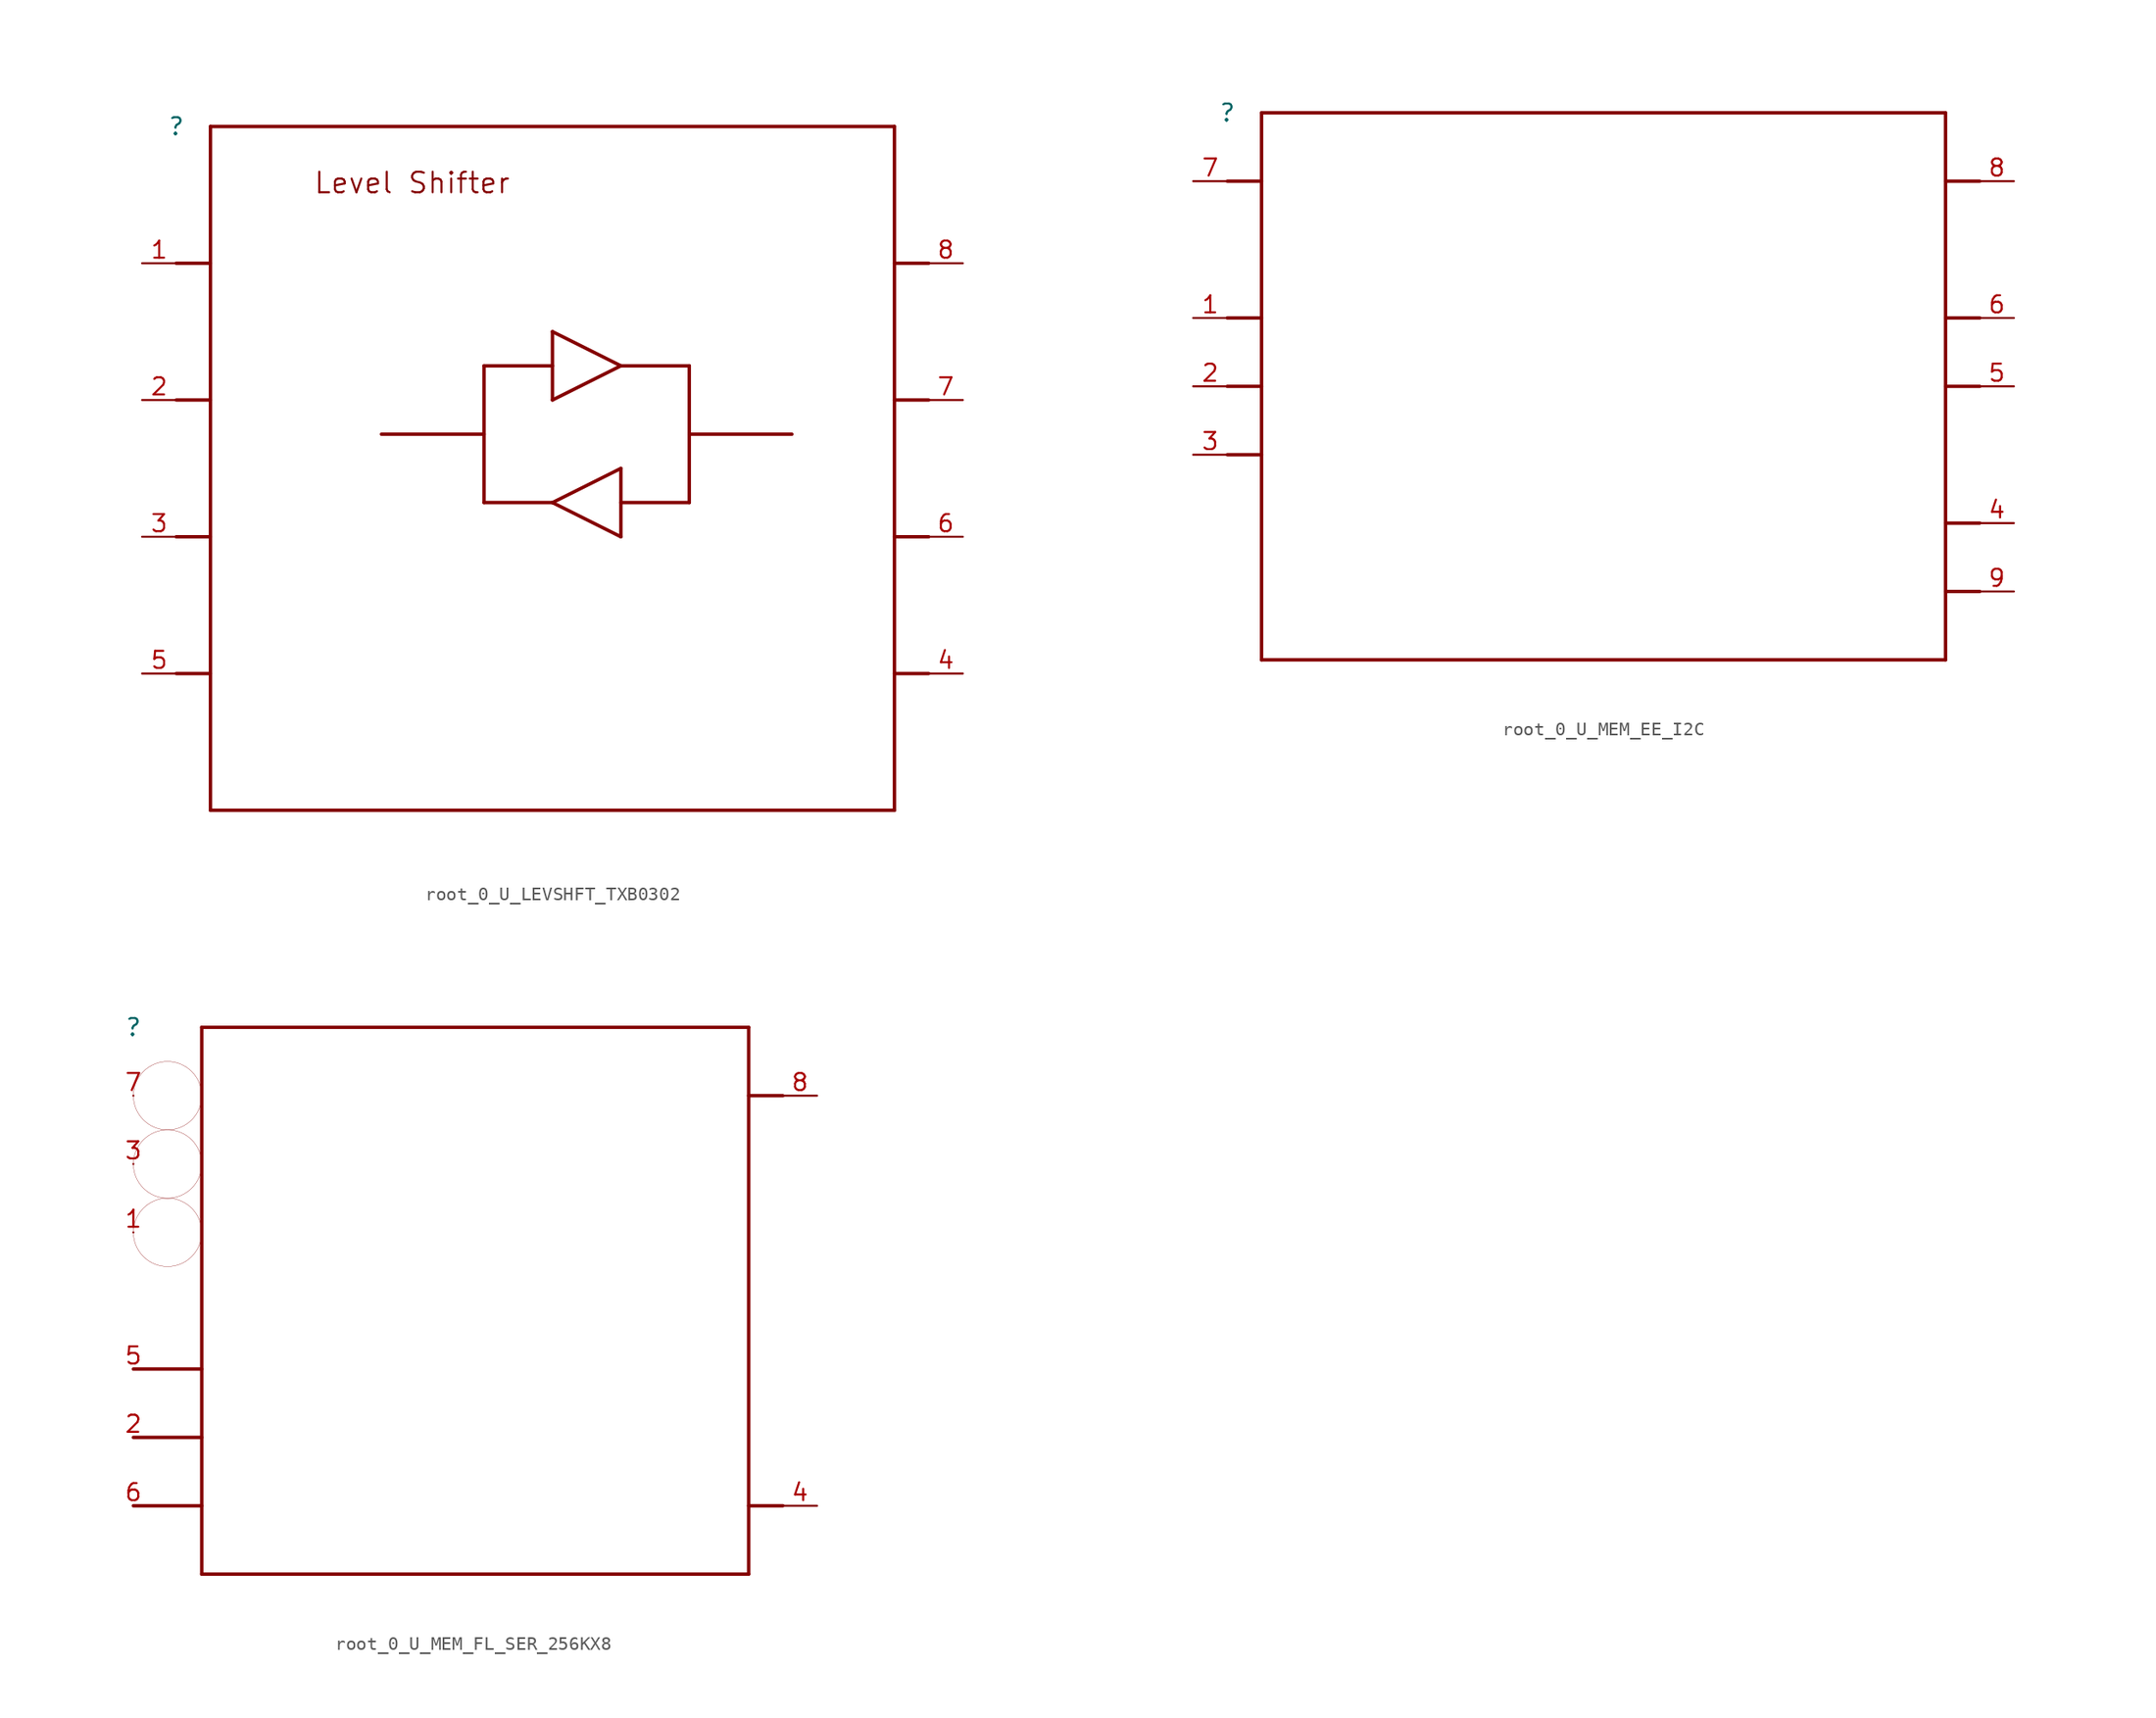
<source format=kicad_sym>
(kicad_symbol_lib
  (version 20220914)
  (generator kicad_symbol_editor)
  (symbol "root_0_U_LEVSHFT_TXB0302"
    (property "Reference" ""
      (at 0 0 0)
      (effects (font (size 1.27 1.27))))
    (property "Value" ""
      (at 0 0 0)
      (effects (font (size 1.27 1.27))))
    (symbol "root_0_U_LEVSHFT_TXB0302_1_0"
      (polyline (pts (xy 0 -40.64) (xy 2.54 -40.64)) (stroke (width 0.254) (type solid)) (fill (type none)))
      (polyline (pts (xy 0 -30.48) (xy 2.54 -30.48)) (stroke (width 0.254) (type solid)) (fill (type none)))
      (polyline (pts (xy 0 -20.32) (xy 2.54 -20.32)) (stroke (width 0.254) (type solid)) (fill (type none)))
      (polyline (pts (xy 0 -10.16) (xy 2.54 -10.16)) (stroke (width 0.254) (type solid)) (fill (type none)))
      (polyline (pts (xy 2.54 -50.8) (xy 53.34 -50.8)) (stroke (width 0.254) (type solid)) (fill (type none)))
      (polyline (pts (xy 2.54 0) (xy 2.54 -50.8)) (stroke (width 0.254) (type solid)) (fill (type none)))
      (polyline (pts (xy 22.86 -27.94) (xy 27.94 -27.94)) (stroke (width 0.254) (type solid)) (fill (type none)))
      (polyline (pts (xy 22.86 -22.86) (xy 15.24 -22.86)) (stroke (width 0.254) (type solid)) (fill (type none)))
      (polyline (pts (xy 22.86 -17.78) (xy 22.86 -27.94)) (stroke (width 0.254) (type solid)) (fill (type none)))
      (polyline (pts (xy 22.86 -17.78) (xy 27.94 -17.78)) (stroke (width 0.254) (type solid)) (fill (type none)))
      (polyline (pts (xy 27.94 -27.94) (xy 33.02 -30.48)) (stroke (width 0.254) (type solid)) (fill (type none)))
      (polyline (pts (xy 27.94 -20.32) (xy 27.94 -15.24)) (stroke (width 0.254) (type solid)) (fill (type none)))
      (polyline (pts (xy 27.94 -20.32) (xy 33.02 -17.78)) (stroke (width 0.254) (type solid)) (fill (type none)))
      (polyline (pts (xy 33.02 -27.94) (xy 38.1 -27.94)) (stroke (width 0.254) (type solid)) (fill (type none)))
      (polyline (pts (xy 33.02 -25.4) (xy 27.94 -27.94)) (stroke (width 0.254) (type solid)) (fill (type none)))
      (polyline (pts (xy 33.02 -25.4) (xy 33.02 -30.48)) (stroke (width 0.254) (type solid)) (fill (type none)))
      (polyline (pts (xy 33.02 -17.78) (xy 27.94 -15.24)) (stroke (width 0.254) (type solid)) (fill (type none)))
      (polyline (pts (xy 38.1 -22.86) (xy 45.72 -22.86)) (stroke (width 0.254) (type solid)) (fill (type none)))
      (polyline (pts (xy 38.1 -17.78) (xy 33.02 -17.78)) (stroke (width 0.254) (type solid)) (fill (type none)))
      (polyline (pts (xy 38.1 -17.78) (xy 38.1 -27.94)) (stroke (width 0.254) (type solid)) (fill (type none)))
      (polyline (pts (xy 53.34 -40.64) (xy 55.88 -40.64)) (stroke (width 0.254) (type solid)) (fill (type none)))
      (polyline (pts (xy 53.34 -30.48) (xy 55.88 -30.48)) (stroke (width 0.254) (type solid)) (fill (type none)))
      (polyline (pts (xy 53.34 -20.32) (xy 55.88 -20.32)) (stroke (width 0.254) (type solid)) (fill (type none)))
      (polyline (pts (xy 53.34 -10.16) (xy 55.88 -10.16)) (stroke (width 0.254) (type solid)) (fill (type none)))
      (polyline (pts (xy 53.34 0) (xy 2.54 0)) (stroke (width 0.254) (type solid)) (fill (type none)))
      (polyline (pts (xy 53.34 0) (xy 53.34 -50.8)) (stroke (width 0.254) (type solid)) (fill (type none)))
      (text "Level Shifter" (at 10.16 -5.08 0) (effects (font (size 1.524 1.524)) (justify left bottom)))
      (pin power_in line (at -2.54 -10.16 0) (length 2.54) (name "VCCA" (effects (font (size 0 0)))) (number "1" (effects (font (size 1.27 1.27)))))
      (pin bidirectional line (at -2.54 -20.32 0) (length 2.54) (name "A1" (effects (font (size 0 0)))) (number "2" (effects (font (size 1.27 1.27)))))
      (pin bidirectional line (at -2.54 -30.48 0) (length 2.54) (name "A2" (effects (font (size 0 0)))) (number "3" (effects (font (size 1.27 1.27)))))
      (pin input line (at 58.42 -40.64 180) (length 2.54) (name "GND" (effects (font (size 0 0)))) (number "4" (effects (font (size 1.27 1.27)))))
      (pin bidirectional line (at -2.54 -40.64 0) (length 2.54) (name "OE" (effects (font (size 0 0)))) (number "5" (effects (font (size 1.27 1.27)))))
      (pin bidirectional line (at 58.42 -30.48 180) (length 2.54) (name "B2" (effects (font (size 0 0)))) (number "6" (effects (font (size 1.27 1.27)))))
      (pin bidirectional line (at 58.42 -20.32 180) (length 2.54) (name "B1" (effects (font (size 0 0)))) (number "7" (effects (font (size 1.27 1.27)))))
      (pin power_in line (at 58.42 -10.16 180) (length 2.54) (name "VCCB" (effects (font (size 0 0)))) (number "8" (effects (font (size 1.27 1.27)))))))
  (symbol "root_0_U_MEM_EE_I2C"
    (property "Reference" ""
      (at 0 0 0)
      (effects (font (size 1.27 1.27))))
    (property "Value" ""
      (at 0 0 0)
      (effects (font (size 1.27 1.27))))
    (symbol "root_0_U_MEM_EE_I2C_1_0"
      (polyline (pts (xy 0 -25.4) (xy 2.54 -25.4)) (stroke (width 0.254) (type solid)) (fill (type none)))
      (polyline (pts (xy 0 -20.32) (xy 2.54 -20.32)) (stroke (width 0.254) (type solid)) (fill (type none)))
      (polyline (pts (xy 0 -15.24) (xy 2.54 -15.24)) (stroke (width 0.254) (type solid)) (fill (type none)))
      (polyline (pts (xy 0 -5.08) (xy 2.54 -5.08)) (stroke (width 0.254) (type solid)) (fill (type none)))
      (polyline (pts (xy 2.54 -40.64) (xy 2.54 0)) (stroke (width 0.254) (type solid)) (fill (type none)))
      (polyline (pts (xy 2.54 0) (xy 53.34 0)) (stroke (width 0.254) (type solid)) (fill (type none)))
      (polyline (pts (xy 53.34 -40.64) (xy 2.54 -40.64)) (stroke (width 0.254) (type solid)) (fill (type none)))
      (polyline (pts (xy 53.34 -35.56) (xy 55.88 -35.56)) (stroke (width 0.254) (type solid)) (fill (type none)))
      (polyline (pts (xy 53.34 -30.48) (xy 55.88 -30.48)) (stroke (width 0.254) (type solid)) (fill (type none)))
      (polyline (pts (xy 53.34 -20.32) (xy 55.88 -20.32)) (stroke (width 0.254) (type solid)) (fill (type none)))
      (polyline (pts (xy 53.34 -15.24) (xy 55.88 -15.24)) (stroke (width 0.254) (type solid)) (fill (type none)))
      (polyline (pts (xy 53.34 -5.08) (xy 55.88 -5.08)) (stroke (width 0.254) (type solid)) (fill (type none)))
      (polyline (pts (xy 53.34 0) (xy 53.34 -40.64)) (stroke (width 0.254) (type solid)) (fill (type none)))
      (pin input line (at -2.54 -15.24 0) (length 2.54) (name "A0" (effects (font (size 0 0)))) (number "1" (effects (font (size 1.27 1.27)))))
      (pin input line (at -2.54 -20.32 0) (length 2.54) (name "A1" (effects (font (size 0 0)))) (number "2" (effects (font (size 1.27 1.27)))))
      (pin input line (at -2.54 -25.4 0) (length 2.54) (name "A2" (effects (font (size 0 0)))) (number "3" (effects (font (size 1.27 1.27)))))
      (pin input line (at 58.42 -30.48 180) (length 2.54) (name "GND" (effects (font (size 0 0)))) (number "4" (effects (font (size 1.27 1.27)))))
      (pin bidirectional line (at 58.42 -20.32 180) (length 2.54) (name "SDA" (effects (font (size 0 0)))) (number "5" (effects (font (size 1.27 1.27)))))
      (pin input line (at 58.42 -15.24 180) (length 2.54) (name "SCL" (effects (font (size 0 0)))) (number "6" (effects (font (size 1.27 1.27)))))
      (pin input line (at -2.54 -5.08 0) (length 2.54) (name "WP" (effects (font (size 0 0)))) (number "7" (effects (font (size 1.27 1.27)))))
      (pin power_in line (at 58.42 -5.08 180) (length 2.54) (name "VCC" (effects (font (size 0 0)))) (number "8" (effects (font (size 1.27 1.27)))))
      (pin input line (at 58.42 -35.56 180) (length 2.54) (name "TP" (effects (font (size 0 0)))) (number "9" (effects (font (size 1.27 1.27)))))))
  (symbol "root_0_U_MEM_FL_SER_256KX8"
    (property "Reference" ""
      (at 0 0 0)
      (effects (font (size 1.27 1.27))))
    (property "Value" ""
      (at 0 0 0)
      (effects (font (size 1.27 1.27))))
    (symbol "root_0_U_MEM_FL_SER_256KX8_1_0"
      (polyline (pts (xy 0 -35.56) (xy 5.08 -35.56)) (stroke (width 0.254) (type solid)) (fill (type none)))
      (polyline (pts (xy 0 -30.48) (xy 5.08 -30.48)) (stroke (width 0.254) (type solid)) (fill (type none)))
      (polyline (pts (xy 0 -25.4) (xy 5.08 -25.4)) (stroke (width 0.254) (type solid)) (fill (type none)))
      (polyline (pts (xy 5.08 -40.64) (xy 5.08 0)) (stroke (width 0.254) (type solid)) (fill (type none)))
      (polyline (pts (xy 5.08 -40.64) (xy 45.72 -40.64)) (stroke (width 0.254) (type solid)) (fill (type none)))
      (polyline (pts (xy 45.72 -40.64) (xy 45.72 0)) (stroke (width 0.254) (type solid)) (fill (type none)))
      (polyline (pts (xy 45.72 -35.56) (xy 48.26 -35.56)) (stroke (width 0.254) (type solid)) (fill (type none)))
      (polyline (pts (xy 45.72 -5.08) (xy 48.26 -5.08)) (stroke (width 0.254) (type solid)) (fill (type none)))
      (polyline (pts (xy 45.72 0) (xy 5.08 0)) (stroke (width 0.254) (type solid)) (fill (type none)))
      (circle (center 2.54 -15.24) (radius 2.54) (stroke (width 0.0001) (type solid)) (fill (type none)))
      (circle (center 2.54 -10.16) (radius 2.54) (stroke (width 0.0001) (type solid)) (fill (type none)))
      (circle (center 2.54 -5.08) (radius 2.54) (stroke (width 0.0001) (type solid)) (fill (type none)))
      (pin input line (at 0 -15.24 180) (length 0) (name "CS*" (effects (font (size 0 0)))) (number "1" (effects (font (size 1.27 1.27)))))
      (pin output line (at 0 -30.48 180) (length 0) (name "SO" (effects (font (size 0 0)))) (number "2" (effects (font (size 1.27 1.27)))))
      (pin input line (at 0 -10.16 180) (length 0) (name "WP*" (effects (font (size 0 0)))) (number "3" (effects (font (size 1.27 1.27)))))
      (pin power_in line (at 50.8 -35.56 180) (length 2.54) (name "GND" (effects (font (size 0 0)))) (number "4" (effects (font (size 1.27 1.27)))))
      (pin input line (at 0 -25.4 180) (length 0) (name "SI" (effects (font (size 0 0)))) (number "5" (effects (font (size 1.27 1.27)))))
      (pin input line (at 0 -35.56 180) (length 0) (name "SCK" (effects (font (size 0 0)))) (number "6" (effects (font (size 1.27 1.27)))))
      (pin input line (at 0 -5.08 180) (length 0) (name "HOLD*" (effects (font (size 0 0)))) (number "7" (effects (font (size 1.27 1.27)))))
      (pin power_in line (at 50.8 -5.08 180) (length 2.54) (name "VCC" (effects (font (size 0 0)))) (number "8" (effects (font (size 1.27 1.27))))))))
</source>
